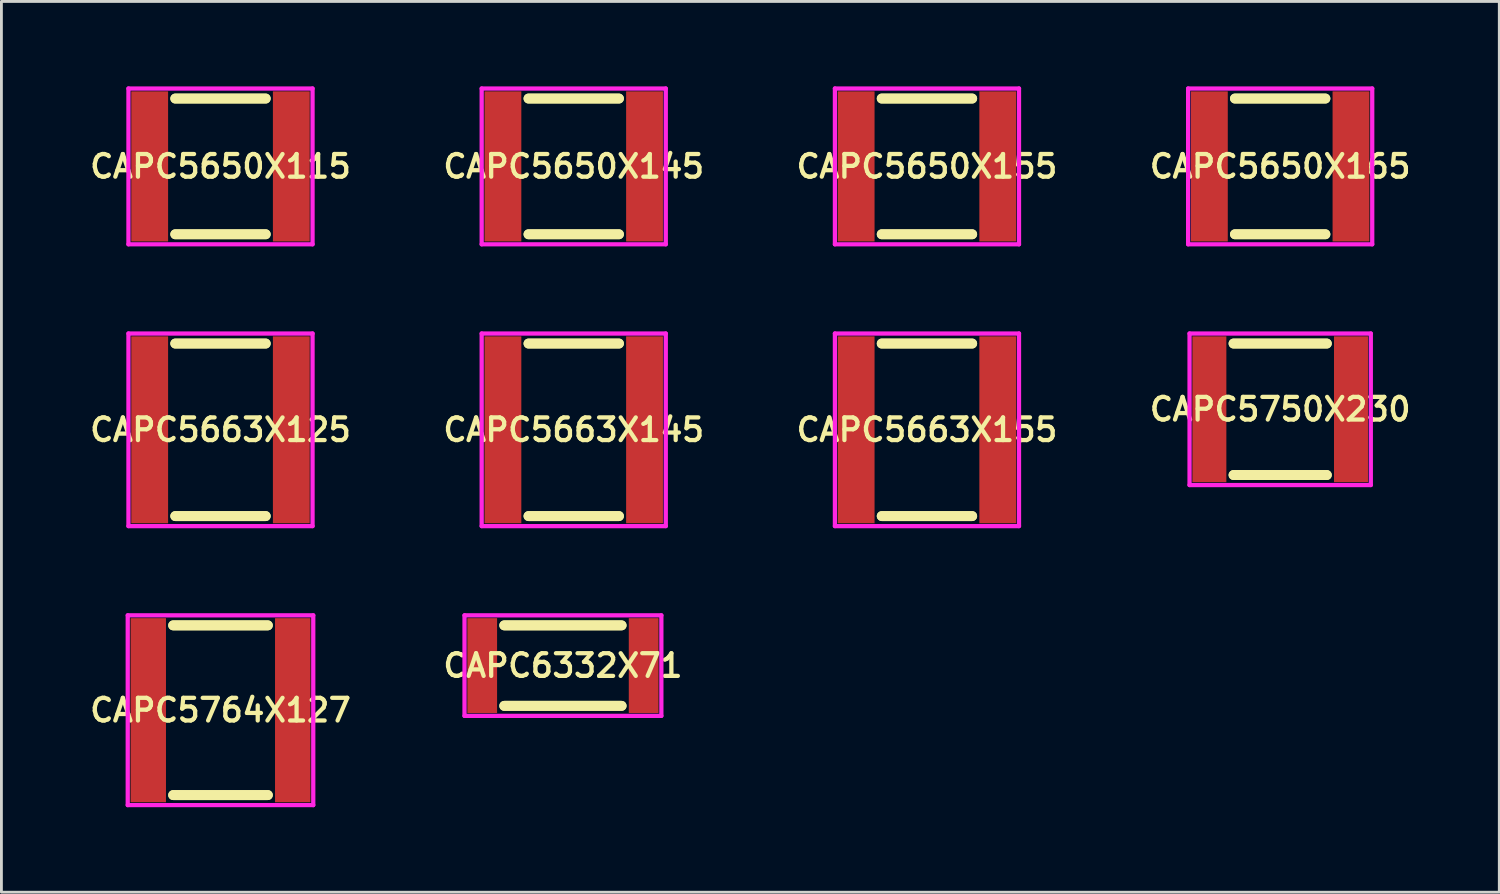
<source format=kicad_pcb>
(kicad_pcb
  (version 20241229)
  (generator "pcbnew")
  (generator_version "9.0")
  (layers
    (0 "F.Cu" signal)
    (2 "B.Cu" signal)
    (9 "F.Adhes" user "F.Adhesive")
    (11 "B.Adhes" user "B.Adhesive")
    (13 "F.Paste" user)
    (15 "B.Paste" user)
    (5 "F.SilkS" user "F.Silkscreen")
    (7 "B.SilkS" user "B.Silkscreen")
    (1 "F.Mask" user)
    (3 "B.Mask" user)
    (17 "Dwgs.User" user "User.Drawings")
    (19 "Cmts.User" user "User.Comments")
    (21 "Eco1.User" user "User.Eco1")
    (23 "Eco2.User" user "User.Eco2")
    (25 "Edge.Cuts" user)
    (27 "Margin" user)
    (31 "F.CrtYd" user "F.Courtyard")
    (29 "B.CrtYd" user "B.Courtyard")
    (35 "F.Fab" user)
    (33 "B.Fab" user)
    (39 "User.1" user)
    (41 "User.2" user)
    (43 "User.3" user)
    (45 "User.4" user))
  (footprint "CAPC5650X155"
    (layer "F.Cu")
    (at 29.677 2.825)
    (property "Reference" "CAPC5650X155" (at 0 0 0) (layer "F.SilkS") (effects (font (size 0.8 0.8) (thickness 0.15))))
    (attr smd)
    (fp_line (start -1.596 -2.396) (end 1.596 -2.396) (stroke (width 0.35) (type solid)) (layer "F.SilkS"))
    (fp_line (start -1.596 2.396) (end 1.596 2.396) (stroke (width 0.35) (type solid)) (layer "F.SilkS"))
    (fp_line (start 1.596 -2.396) (end -1.596 -2.396) (stroke (width 0.35) (type solid)) (layer "F.SilkS"))
    (fp_line (start 1.596 2.396) (end -1.596 2.396) (stroke (width 0.35) (type solid)) (layer "F.SilkS"))
    (fp_line (start -3.25 -2.75) (end 3.25 -2.75) (stroke (width 0.15) (type solid)) (layer "F.CrtYd"))
    (fp_line (start -3.25 2.75) (end -3.25 -2.75) (stroke (width 0.15) (type solid)) (layer "F.CrtYd"))
    (fp_line (start 3.25 -2.75) (end 3.25 2.75) (stroke (width 0.15) (type solid)) (layer "F.CrtYd"))
    (fp_line (start 3.25 2.75) (end -3.25 2.75) (stroke (width 0.15) (type solid)) (layer "F.CrtYd"))
    (pad "1" smd rect (at -2.5 0) (size 1.3 5.3) (layers "F.Cu" "F.Mask" "F.Paste"))
    (pad "2" smd rect (at 2.5 0) (size 1.3 5.3) (layers "F.Cu" "F.Mask" "F.Paste")))
  (footprint "CAPC5750X230"
    (layer "F.Cu")
    (at 42.148 11.4)
    (property "Reference" "CAPC5750X230" (at 0 0 0) (layer "F.SilkS") (effects (font (size 0.8 0.8) (thickness 0.15))))
    (attr smd)
    (fp_line (start -1.646 -2.321) (end 1.646 -2.321) (stroke (width 0.35) (type solid)) (layer "F.SilkS"))
    (fp_line (start -1.646 2.321) (end 1.646 2.321) (stroke (width 0.35) (type solid)) (layer "F.SilkS"))
    (fp_line (start 1.646 -2.321) (end -1.646 -2.321) (stroke (width 0.35) (type solid)) (layer "F.SilkS"))
    (fp_line (start 1.646 2.321) (end -1.646 2.321) (stroke (width 0.35) (type solid)) (layer "F.SilkS"))
    (fp_line (start -3.2 -2.675) (end 3.2 -2.675) (stroke (width 0.15) (type solid)) (layer "F.CrtYd"))
    (fp_line (start -3.2 2.675) (end -3.2 -2.675) (stroke (width 0.15) (type solid)) (layer "F.CrtYd"))
    (fp_line (start 3.2 -2.675) (end 3.2 2.675) (stroke (width 0.15) (type solid)) (layer "F.CrtYd"))
    (fp_line (start 3.2 2.675) (end -3.2 2.675) (stroke (width 0.15) (type solid)) (layer "F.CrtYd"))
    (pad "1" smd rect (at -2.5 0) (size 1.2 5.15) (layers "F.Cu" "F.Mask" "F.Paste"))
    (pad "2" smd rect (at 2.5 0) (size 1.2 5.15) (layers "F.Cu" "F.Mask" "F.Paste")))
  (footprint "CAPC5650X165"
    (layer "F.Cu")
    (at 42.148 2.825)
    (property "Reference" "CAPC5650X165" (at 0 0 0) (layer "F.SilkS") (effects (font (size 0.8 0.8) (thickness 0.15))))
    (attr smd)
    (fp_line (start -1.596 -2.396) (end 1.596 -2.396) (stroke (width 0.35) (type solid)) (layer "F.SilkS"))
    (fp_line (start -1.596 2.396) (end 1.596 2.396) (stroke (width 0.35) (type solid)) (layer "F.SilkS"))
    (fp_line (start 1.596 -2.396) (end -1.596 -2.396) (stroke (width 0.35) (type solid)) (layer "F.SilkS"))
    (fp_line (start 1.596 2.396) (end -1.596 2.396) (stroke (width 0.35) (type solid)) (layer "F.SilkS"))
    (fp_line (start -3.25 -2.75) (end 3.25 -2.75) (stroke (width 0.15) (type solid)) (layer "F.CrtYd"))
    (fp_line (start -3.25 2.75) (end -3.25 -2.75) (stroke (width 0.15) (type solid)) (layer "F.CrtYd"))
    (fp_line (start 3.25 -2.75) (end 3.25 2.75) (stroke (width 0.15) (type solid)) (layer "F.CrtYd"))
    (fp_line (start 3.25 2.75) (end -3.25 2.75) (stroke (width 0.15) (type solid)) (layer "F.CrtYd"))
    (pad "1" smd rect (at -2.5 0) (size 1.3 5.3) (layers "F.Cu" "F.Mask" "F.Paste"))
    (pad "2" smd rect (at 2.5 0) (size 1.3 5.3) (layers "F.Cu" "F.Mask" "F.Paste")))
  (footprint "CAPC5663X155"
    (layer "F.Cu")
    (at 29.677 12.125)
    (property "Reference" "CAPC5663X155" (at 0 0 0) (layer "F.SilkS") (effects (font (size 0.8 0.8) (thickness 0.15))))
    (attr smd)
    (fp_line (start -1.596 -3.046) (end 1.596 -3.046) (stroke (width 0.35) (type solid)) (layer "F.SilkS"))
    (fp_line (start -1.596 3.046) (end 1.596 3.046) (stroke (width 0.35) (type solid)) (layer "F.SilkS"))
    (fp_line (start 1.596 -3.046) (end -1.596 -3.046) (stroke (width 0.35) (type solid)) (layer "F.SilkS"))
    (fp_line (start 1.596 3.046) (end -1.596 3.046) (stroke (width 0.35) (type solid)) (layer "F.SilkS"))
    (fp_line (start -3.25 -3.4) (end 3.25 -3.4) (stroke (width 0.15) (type solid)) (layer "F.CrtYd"))
    (fp_line (start -3.25 3.4) (end -3.25 -3.4) (stroke (width 0.15) (type solid)) (layer "F.CrtYd"))
    (fp_line (start 3.25 -3.4) (end 3.25 3.4) (stroke (width 0.15) (type solid)) (layer "F.CrtYd"))
    (fp_line (start 3.25 3.4) (end -3.25 3.4) (stroke (width 0.15) (type solid)) (layer "F.CrtYd"))
    (pad "1" smd rect (at -2.5 0) (size 1.3 6.6) (layers "F.Cu" "F.Mask" "F.Paste"))
    (pad "2" smd rect (at 2.5 0) (size 1.3 6.6) (layers "F.Cu" "F.Mask" "F.Paste")))
  (footprint "CAPC5663X125"
    (layer "F.Cu")
    (at 4.735 12.125)
    (property "Reference" "CAPC5663X125" (at 0 0 0) (layer "F.SilkS") (effects (font (size 0.8 0.8) (thickness 0.15))))
    (attr smd)
    (fp_line (start -1.596 -3.046) (end 1.596 -3.046) (stroke (width 0.35) (type solid)) (layer "F.SilkS"))
    (fp_line (start -1.596 3.046) (end 1.596 3.046) (stroke (width 0.35) (type solid)) (layer "F.SilkS"))
    (fp_line (start 1.596 -3.046) (end -1.596 -3.046) (stroke (width 0.35) (type solid)) (layer "F.SilkS"))
    (fp_line (start 1.596 3.046) (end -1.596 3.046) (stroke (width 0.35) (type solid)) (layer "F.SilkS"))
    (fp_line (start -3.25 -3.4) (end 3.25 -3.4) (stroke (width 0.15) (type solid)) (layer "F.CrtYd"))
    (fp_line (start -3.25 3.4) (end -3.25 -3.4) (stroke (width 0.15) (type solid)) (layer "F.CrtYd"))
    (fp_line (start 3.25 -3.4) (end 3.25 3.4) (stroke (width 0.15) (type solid)) (layer "F.CrtYd"))
    (fp_line (start 3.25 3.4) (end -3.25 3.4) (stroke (width 0.15) (type solid)) (layer "F.CrtYd"))
    (pad "1" smd rect (at -2.5 0) (size 1.3 6.6) (layers "F.Cu" "F.Mask" "F.Paste"))
    (pad "2" smd rect (at 2.5 0) (size 1.3 6.6) (layers "F.Cu" "F.Mask" "F.Paste")))
  (footprint "CAPC5650X115"
    (layer "F.Cu")
    (at 4.735 2.825)
    (property "Reference" "CAPC5650X115" (at 0 0 0) (layer "F.SilkS") (effects (font (size 0.8 0.8) (thickness 0.15))))
    (attr through_hole)
    (fp_line (start -1.596 -2.396) (end 1.596 -2.396) (stroke (width 0.35) (type solid)) (layer "F.SilkS"))
    (fp_line (start -1.596 2.396) (end 1.596 2.396) (stroke (width 0.35) (type solid)) (layer "F.SilkS"))
    (fp_line (start 1.596 -2.396) (end -1.596 -2.396) (stroke (width 0.35) (type solid)) (layer "F.SilkS"))
    (fp_line (start 1.596 2.396) (end -1.596 2.396) (stroke (width 0.35) (type solid)) (layer "F.SilkS"))
    (fp_line (start -3.25 -2.75) (end 3.25 -2.75) (stroke (width 0.15) (type solid)) (layer "F.CrtYd"))
    (fp_line (start -3.25 2.75) (end -3.25 -2.75) (stroke (width 0.15) (type solid)) (layer "F.CrtYd"))
    (fp_line (start 3.25 -2.75) (end 3.25 2.75) (stroke (width 0.15) (type solid)) (layer "F.CrtYd"))
    (fp_line (start 3.25 2.75) (end -3.25 2.75) (stroke (width 0.15) (type solid)) (layer "F.CrtYd"))
    (pad "1" smd rect (at -2.5 0) (size 1.3 5.3) (layers "F.Cu" "F.Mask" "F.Paste"))
    (pad "2" smd rect (at 2.5 0) (size 1.3 5.3) (layers "F.Cu" "F.Mask" "F.Paste")))
  (footprint "CAPC5650X145"
    (layer "F.Cu")
    (at 17.206 2.825)
    (property "Reference" "CAPC5650X145" (at 0 0 0) (layer "F.SilkS") (effects (font (size 0.8 0.8) (thickness 0.15))))
    (attr through_hole)
    (fp_line (start -1.596 -2.396) (end 1.596 -2.396) (stroke (width 0.35) (type solid)) (layer "F.SilkS"))
    (fp_line (start -1.596 2.396) (end 1.596 2.396) (stroke (width 0.35) (type solid)) (layer "F.SilkS"))
    (fp_line (start 1.596 -2.396) (end -1.596 -2.396) (stroke (width 0.35) (type solid)) (layer "F.SilkS"))
    (fp_line (start 1.596 2.396) (end -1.596 2.396) (stroke (width 0.35) (type solid)) (layer "F.SilkS"))
    (fp_line (start -3.25 -2.75) (end 3.25 -2.75) (stroke (width 0.15) (type solid)) (layer "F.CrtYd"))
    (fp_line (start -3.25 2.75) (end -3.25 -2.75) (stroke (width 0.15) (type solid)) (layer "F.CrtYd"))
    (fp_line (start 3.25 -2.75) (end 3.25 2.75) (stroke (width 0.15) (type solid)) (layer "F.CrtYd"))
    (fp_line (start 3.25 2.75) (end -3.25 2.75) (stroke (width 0.15) (type solid)) (layer "F.CrtYd"))
    (pad "1" smd rect (at -2.5 0) (size 1.3 5.3) (layers "F.Cu" "F.Mask" "F.Paste"))
    (pad "2" smd rect (at 2.5 0) (size 1.3 5.3) (layers "F.Cu" "F.Mask" "F.Paste")))
  (footprint "CAPC5764X127"
    (layer "F.Cu")
    (at 4.735 22.025)
    (property "Reference" "CAPC5764X127" (at 0 0 0) (layer "F.SilkS") (effects (font (size 0.8 0.8) (thickness 0.15))))
    (attr through_hole)
    (fp_line (start -1.671 -2.996) (end 1.671 -2.996) (stroke (width 0.35) (type solid)) (layer "F.SilkS"))
    (fp_line (start -1.671 2.996) (end 1.671 2.996) (stroke (width 0.35) (type solid)) (layer "F.SilkS"))
    (fp_line (start 1.671 -2.996) (end -1.671 -2.996) (stroke (width 0.35) (type solid)) (layer "F.SilkS"))
    (fp_line (start 1.671 2.996) (end -1.671 2.996) (stroke (width 0.35) (type solid)) (layer "F.SilkS"))
    (fp_line (start -3.275 -3.35) (end 3.275 -3.35) (stroke (width 0.15) (type solid)) (layer "F.CrtYd"))
    (fp_line (start -3.275 3.35) (end -3.275 -3.35) (stroke (width 0.15) (type solid)) (layer "F.CrtYd"))
    (fp_line (start 3.275 -3.35) (end 3.275 3.35) (stroke (width 0.15) (type solid)) (layer "F.CrtYd"))
    (fp_line (start 3.275 3.35) (end -3.275 3.35) (stroke (width 0.15) (type solid)) (layer "F.CrtYd"))
    (pad "1" smd rect (at -2.55 0) (size 1.25 6.5) (layers "F.Cu" "F.Mask" "F.Paste"))
    (pad "2" smd rect (at 2.55 0) (size 1.25 6.5) (layers "F.Cu" "F.Mask" "F.Paste")))
  (footprint "CAPC6332X71"
    (layer "F.Cu")
    (at 16.825 20.45)
    (property "Reference" "CAPC6332X71" (at 0 0 0) (layer "F.SilkS") (effects (font (size 0.8 0.8) (thickness 0.15))))
    (attr smd)
    (fp_line (start -2.071 -1.421) (end 2.071 -1.421) (stroke (width 0.35) (type solid)) (layer "F.SilkS"))
    (fp_line (start -2.071 1.421) (end 2.071 1.421) (stroke (width 0.35) (type solid)) (layer "F.SilkS"))
    (fp_line (start 2.071 -1.421) (end -2.071 -1.421) (stroke (width 0.35) (type solid)) (layer "F.SilkS"))
    (fp_line (start 2.071 1.421) (end -2.071 1.421) (stroke (width 0.35) (type solid)) (layer "F.SilkS"))
    (fp_line (start -3.475 -1.775) (end 3.475 -1.775) (stroke (width 0.15) (type solid)) (layer "F.CrtYd"))
    (fp_line (start -3.475 1.775) (end -3.475 -1.775) (stroke (width 0.15) (type solid)) (layer "F.CrtYd"))
    (fp_line (start 3.475 -1.775) (end 3.475 1.775) (stroke (width 0.15) (type solid)) (layer "F.CrtYd"))
    (fp_line (start 3.475 1.775) (end -3.475 1.775) (stroke (width 0.15) (type solid)) (layer "F.CrtYd"))
    (pad "1" smd rect (at -2.85 0) (size 1.05 3.35) (layers "F.Cu" "F.Mask" "F.Paste"))
    (pad "2" smd rect (at 2.85 0) (size 1.05 3.35) (layers "F.Cu" "F.Mask" "F.Paste")))
  (footprint "CAPC5663X145"
    (layer "F.Cu")
    (at 17.206 12.125)
    (property "Reference" "CAPC5663X145" (at 0 0 0) (layer "F.SilkS") (effects (font (size 0.8 0.8) (thickness 0.15))))
    (attr smd)
    (fp_line (start -1.596 -3.046) (end 1.596 -3.046) (stroke (width 0.35) (type solid)) (layer "F.SilkS"))
    (fp_line (start -1.596 3.046) (end 1.596 3.046) (stroke (width 0.35) (type solid)) (layer "F.SilkS"))
    (fp_line (start 1.596 -3.046) (end -1.596 -3.046) (stroke (width 0.35) (type solid)) (layer "F.SilkS"))
    (fp_line (start 1.596 3.046) (end -1.596 3.046) (stroke (width 0.35) (type solid)) (layer "F.SilkS"))
    (fp_line (start -3.25 -3.4) (end 3.25 -3.4) (stroke (width 0.15) (type solid)) (layer "F.CrtYd"))
    (fp_line (start -3.25 3.4) (end -3.25 -3.4) (stroke (width 0.15) (type solid)) (layer "F.CrtYd"))
    (fp_line (start 3.25 -3.4) (end 3.25 3.4) (stroke (width 0.15) (type solid)) (layer "F.CrtYd"))
    (fp_line (start 3.25 3.4) (end -3.25 3.4) (stroke (width 0.15) (type solid)) (layer "F.CrtYd"))
    (pad "1" smd rect (at -2.5 0) (size 1.3 6.6) (layers "F.Cu" "F.Mask" "F.Paste"))
    (pad "2" smd rect (at 2.5 0) (size 1.3 6.6) (layers "F.Cu" "F.Mask" "F.Paste")))
  (gr_rect
    (start -3 -3)
    (end 49.884 28.45)
    (stroke (width 0.1) (type default))
    (fill no)
    (layer "Edge.Cuts")))
</source>
